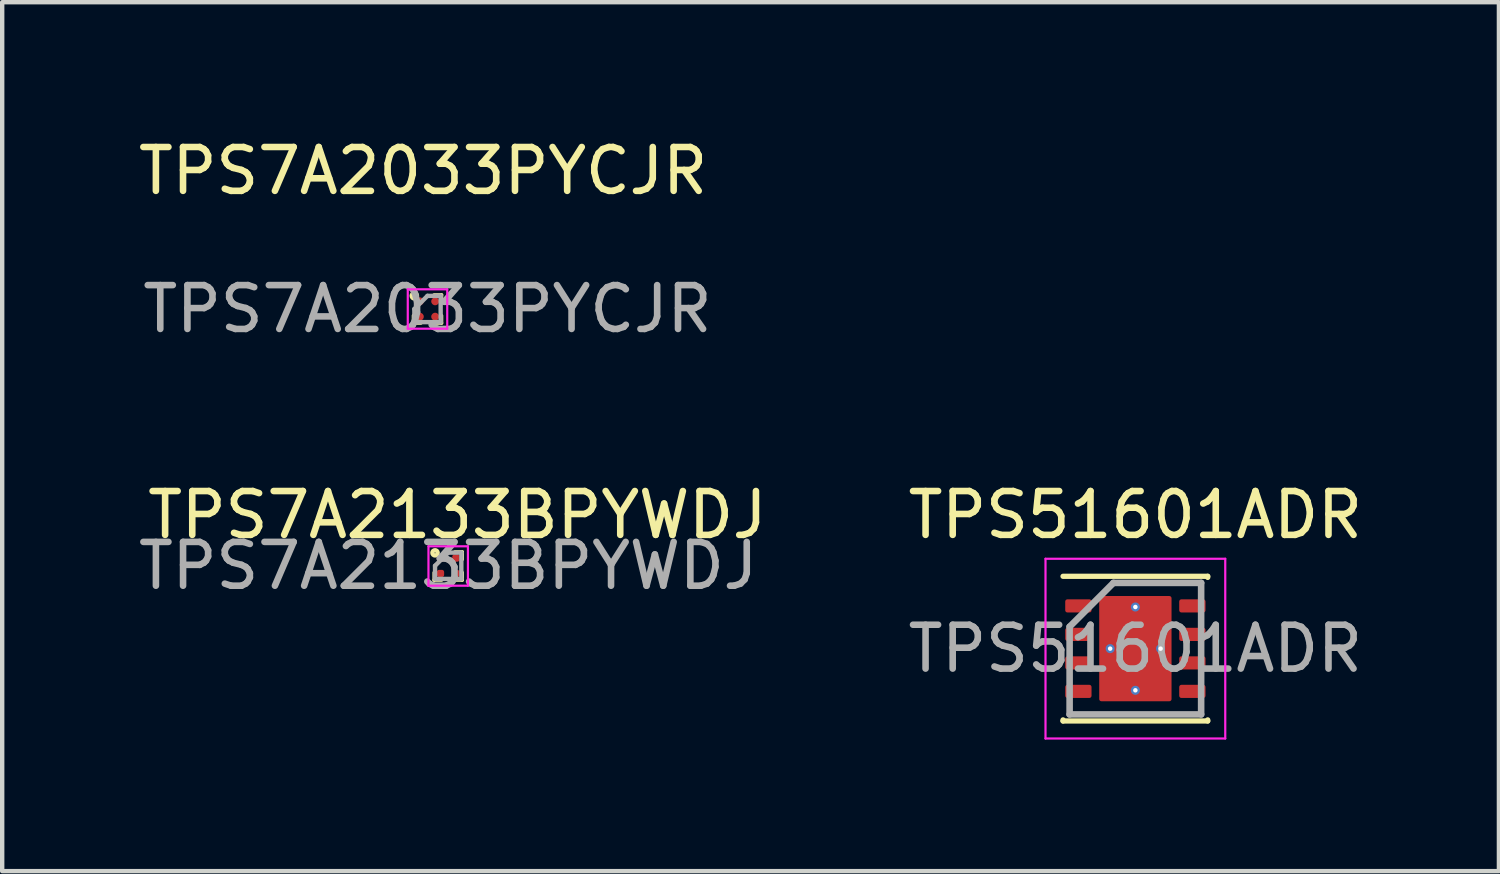
<source format=kicad_pcb>
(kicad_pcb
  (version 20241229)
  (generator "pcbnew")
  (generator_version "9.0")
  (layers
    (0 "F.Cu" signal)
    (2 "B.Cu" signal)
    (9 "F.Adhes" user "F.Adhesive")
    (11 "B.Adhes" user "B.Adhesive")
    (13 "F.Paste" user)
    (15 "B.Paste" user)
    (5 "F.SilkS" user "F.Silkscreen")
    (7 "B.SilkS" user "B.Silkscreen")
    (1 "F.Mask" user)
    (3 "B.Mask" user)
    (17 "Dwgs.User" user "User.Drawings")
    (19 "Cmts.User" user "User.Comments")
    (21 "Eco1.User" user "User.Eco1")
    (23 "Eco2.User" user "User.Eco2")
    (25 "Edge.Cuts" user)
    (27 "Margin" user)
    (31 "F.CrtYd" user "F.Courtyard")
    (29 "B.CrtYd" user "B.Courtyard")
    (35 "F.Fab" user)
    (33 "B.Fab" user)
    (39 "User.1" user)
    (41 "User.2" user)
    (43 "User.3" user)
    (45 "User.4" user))
  (footprint "TPS7A2133BPYWDJ"
    (layer "F.Cu")
    (at 7.173 9.855)
    (property "Reference" "TPS7A2133BPYWDJ" (at 0.21 -1.16 0) (layer "F.SilkS") (effects (font (size 1 1) (thickness 0.15))))
    (attr smd)
    (fp_line (start -0.32 0.325) (end -0.32 0.155) (stroke (width 0.08) (type default)) (layer "F.SilkS"))
    (fp_line (start -0.15 0.325) (end -0.32 0.325) (stroke (width 0.08) (type default)) (layer "F.SilkS"))
    (fp_line (start 0.15 -0.315) (end 0.32 -0.315) (stroke (width 0.08) (type default)) (layer "F.SilkS"))
    (fp_line (start 0.15 0.325) (end 0.32 0.325) (stroke (width 0.08) (type default)) (layer "F.SilkS"))
    (fp_line (start 0.32 -0.315) (end 0.32 -0.145) (stroke (width 0.08) (type default)) (layer "F.SilkS"))
    (fp_line (start 0.32 0.325) (end 0.32 0.155) (stroke (width 0.08) (type default)) (layer "F.SilkS"))
    (fp_circle (center -0.3 -0.295) (end -0.29 -0.295) (stroke (width 0.1) (type default)) (fill no) (layer "F.SilkS"))
    (fp_line (start -0.45 -0.445) (end 0.45 -0.445) (stroke (width 0.05) (type default)) (layer "F.CrtYd"))
    (fp_line (start -0.45 0.455) (end -0.45 -0.445) (stroke (width 0.05) (type default)) (layer "F.CrtYd"))
    (fp_line (start 0.45 -0.445) (end 0.45 0.455) (stroke (width 0.05) (type default)) (layer "F.CrtYd"))
    (fp_line (start 0.45 0.455) (end -0.45 0.455) (stroke (width 0.05) (type default)) (layer "F.CrtYd"))
    (fp_line (start -0.3 0) (end -0.3 0.3) (stroke (width 0.1) (type default)) (layer "F.Fab"))
    (fp_line (start -0.3 0.3) (end 0.3 0.3) (stroke (width 0.1) (type default)) (layer "F.Fab"))
    (fp_line (start 0 -0.3) (end -0.3 0) (stroke (width 0.1) (type default)) (layer "F.Fab"))
    (fp_line (start 0.3 -0.3) (end 0 -0.3) (stroke (width 0.1) (type default)) (layer "F.Fab"))
    (fp_line (start 0.3 0.3) (end 0.3 -0.3) (stroke (width 0.1) (type default)) (layer "F.Fab"))
    (fp_text user "${REFERENCE}" (at 0 0 0) (layer "F.Fab") (effects (font (size 1 1) (thickness 0.15))))
    (pad "A1" smd roundrect (at -0.175 -0.175) (size 0.165 0.165) (layers "F.Cu" "F.Mask" "F.Paste") (roundrect_rratio 0.303))
    (pad "A2" smd roundrect (at 0.175 -0.175) (size 0.165 0.165) (layers "F.Cu" "F.Mask" "F.Paste") (roundrect_rratio 0.303))
    (pad "B1" smd roundrect (at -0.175 0.175) (size 0.165 0.165) (layers "F.Cu" "F.Mask" "F.Paste") (roundrect_rratio 0.303))
    (pad "B2" smd roundrect (at 0.175 0.175) (size 0.165 0.165) (layers "F.Cu" "F.Mask" "F.Paste") (roundrect_rratio 0.303)))
  (footprint "TPS51601ADR"
    (layer "F.Cu")
    (at 22.847 11.745)
    (property "Reference" "TPS51601ADR" (at 0 -3.05 0) (layer "F.SilkS") (effects (font (size 1 1) (thickness 0.15))))
    (attr smd)
    (fp_line (start -1.65 -1.65) (end 1.65 -1.65) (stroke (width 0.12) (type default)) (layer "F.SilkS"))
    (fp_line (start -1.65 1.625) (end -1.65 1.65) (stroke (width 0.12) (type default)) (layer "F.SilkS"))
    (fp_line (start -1.65 1.65) (end 1.65 1.65) (stroke (width 0.12) (type default)) (layer "F.SilkS"))
    (fp_line (start 1.65 -1.65) (end 1.65 -1.625) (stroke (width 0.12) (type default)) (layer "F.SilkS"))
    (fp_line (start 1.65 1.65) (end 1.65 1.625) (stroke (width 0.12) (type default)) (layer "F.SilkS"))
    (fp_line (start -2.05 -2.05) (end 2.05 -2.05) (stroke (width 0.05) (type default)) (layer "F.CrtYd"))
    (fp_line (start -2.05 2.05) (end -2.05 -2.05) (stroke (width 0.05) (type default)) (layer "F.CrtYd"))
    (fp_line (start 2.05 -2.05) (end 2.05 2.05) (stroke (width 0.05) (type default)) (layer "F.CrtYd"))
    (fp_line (start 2.05 2.05) (end -2.05 2.05) (stroke (width 0.05) (type default)) (layer "F.CrtYd"))
    (fp_line (start -1.5 -0.5) (end -1.5 1.5) (stroke (width 0.15) (type default)) (layer "F.Fab"))
    (fp_line (start -1.5 1.5) (end 1.5 1.5) (stroke (width 0.15) (type default)) (layer "F.Fab"))
    (fp_line (start -0.5 -1.5) (end -1.5 -0.5) (stroke (width 0.15) (type default)) (layer "F.Fab"))
    (fp_line (start 1.5 -1.5) (end -0.5 -1.5) (stroke (width 0.15) (type default)) (layer "F.Fab"))
    (fp_line (start 1.5 1.5) (end 1.5 -1.5) (stroke (width 0.15) (type default)) (layer "F.Fab"))
    (fp_text user "${REFERENCE}" (at 0 0 0) (layer "F.Fab") (effects (font (size 1 1) (thickness 0.15))))
    (pad "" smd rect (at -0.619 -0.9) (size 0.000001 0.188) (layers "F.Paste"))
    (pad "" smd rect (at -0.619 -0.3) (size 0.000001 0.188) (layers "F.Paste"))
    (pad "" smd rect (at -0.619 0.3) (size 0.000001 0.188) (layers "F.Paste"))
    (pad "" smd rect (at -0.619 0.9) (size 0.000001 0.188) (layers "F.Paste"))
    (pad "" smd rect (at -0.206 -0.9) (size 0.000001 0.188) (layers "F.Paste"))
    (pad "" smd rect (at -0.206 -0.3) (size 0.000001 0.188) (layers "F.Paste"))
    (pad "" smd rect (at -0.206 0.3) (size 0.000001 0.188) (layers "F.Paste"))
    (pad "" smd rect (at -0.206 0.9) (size 0.000001 0.188) (layers "F.Paste"))
    (pad "" smd rect (at 0.206 -0.9) (size 0.000001 0.188) (layers "F.Paste"))
    (pad "" smd rect (at 0.206 -0.3) (size 0.000001 0.188) (layers "F.Paste"))
    (pad "" smd rect (at 0.206 0.3) (size 0.000001 0.188) (layers "F.Paste"))
    (pad "" smd rect (at 0.206 0.9) (size 0.000001 0.188) (layers "F.Paste"))
    (pad "" smd rect (at 0.619 -0.9) (size 0.000001 0.188) (layers "F.Paste"))
    (pad "" smd rect (at 0.619 -0.3) (size 0.000001 0.188) (layers "F.Paste"))
    (pad "" smd rect (at 0.619 0.3) (size 0.000001 0.188) (layers "F.Paste"))
    (pad "" smd rect (at 0.619 0.9) (size 0.000001 0.188) (layers "F.Paste"))
    (pad "1" smd roundrect (at -1.3 -0.975 90) (size 0.3 0.6) (layers "F.Cu" "F.Mask" "F.Paste") (roundrect_rratio 0.167))
    (pad "2" smd roundrect (at -1.3 -0.325 90) (size 0.3 0.6) (layers "F.Cu" "F.Mask" "F.Paste") (roundrect_rratio 0.167))
    (pad "3" smd roundrect (at -1.3 0.325 90) (size 0.3 0.6) (layers "F.Cu" "F.Mask" "F.Paste") (roundrect_rratio 0.167))
    (pad "4" smd roundrect (at -1.3 0.975 90) (size 0.3 0.6) (layers "F.Cu" "F.Mask" "F.Paste") (roundrect_rratio 0.167))
    (pad "5" smd roundrect (at 1.3 0.975 90) (size 0.3 0.6) (layers "F.Cu" "F.Mask" "F.Paste") (roundrect_rratio 0.167))
    (pad "6" smd roundrect (at 1.3 0.325 90) (size 0.3 0.6) (layers "F.Cu" "F.Mask" "F.Paste") (roundrect_rratio 0.167))
    (pad "7" smd roundrect (at 1.3 -0.325 90) (size 0.3 0.6) (layers "F.Cu" "F.Mask" "F.Paste") (roundrect_rratio 0.167))
    (pad "8" smd roundrect (at 1.3 -0.975 90) (size 0.3 0.6) (layers "F.Cu" "F.Mask" "F.Paste") (roundrect_rratio 0.167))
    (pad "9" thru_hole circle (at -0.575 0) (size 0.206 0.206) (drill 0.103) (property pad_prop_heatsink) (layers "*.Cu" "*.Mask"))
    (pad "9" thru_hole circle (at 0 -0.95) (size 0.206 0.206) (drill 0.103) (property pad_prop_heatsink) (layers "*.Cu" "*.Mask"))
    (pad "9" smd roundrect (at 0 0) (size 1.65 2.4) (layers "F.Cu" "F.Mask") (roundrect_rratio 0.03))
    (pad "9" thru_hole circle (at 0 0.95) (size 0.206 0.206) (drill 0.103) (property pad_prop_heatsink) (layers "*.Cu" "*.Mask"))
    (pad "9" thru_hole circle (at 0.575 0) (size 0.206 0.206) (drill 0.103) (property pad_prop_heatsink) (layers "*.Cu" "*.Mask")))
  (footprint "TPS7A2033PYCJR"
    (layer "F.Cu")
    (at 6.701 3.998)
    (property "Reference" "TPS7A2033PYCJR" (at -0.1 -3.15 0) (layer "F.SilkS") (effects (font (size 1 1) (thickness 0.15))))
    (attr smd)
    (fp_line (start -0.32 0.32) (end -0.32 0.15) (stroke (width 0.08) (type default)) (layer "F.SilkS"))
    (fp_line (start -0.15 0.32) (end -0.32 0.32) (stroke (width 0.08) (type default)) (layer "F.SilkS"))
    (fp_line (start 0.15 -0.32) (end 0.32 -0.32) (stroke (width 0.08) (type default)) (layer "F.SilkS"))
    (fp_line (start 0.15 0.32) (end 0.32 0.32) (stroke (width 0.08) (type default)) (layer "F.SilkS"))
    (fp_line (start 0.32 -0.32) (end 0.32 -0.15) (stroke (width 0.08) (type default)) (layer "F.SilkS"))
    (fp_line (start 0.32 0.32) (end 0.32 0.15) (stroke (width 0.08) (type default)) (layer "F.SilkS"))
    (fp_circle (center -0.3 -0.3) (end -0.29 -0.3) (stroke (width 0.1) (type default)) (fill no) (layer "F.SilkS"))
    (fp_line (start -0.45 -0.45) (end 0.45 -0.45) (stroke (width 0.05) (type default)) (layer "F.CrtYd"))
    (fp_line (start -0.45 0.45) (end -0.45 -0.45) (stroke (width 0.05) (type default)) (layer "F.CrtYd"))
    (fp_line (start 0.45 -0.45) (end 0.45 0.45) (stroke (width 0.05) (type default)) (layer "F.CrtYd"))
    (fp_line (start 0.45 0.45) (end -0.45 0.45) (stroke (width 0.05) (type default)) (layer "F.CrtYd"))
    (fp_line (start -0.3 0) (end -0.3 0.3) (stroke (width 0.1) (type default)) (layer "F.Fab"))
    (fp_line (start -0.3 0.3) (end 0.3 0.3) (stroke (width 0.1) (type default)) (layer "F.Fab"))
    (fp_line (start 0 -0.3) (end -0.3 0) (stroke (width 0.1) (type default)) (layer "F.Fab"))
    (fp_line (start 0.3 -0.3) (end 0 -0.3) (stroke (width 0.1) (type default)) (layer "F.Fab"))
    (fp_line (start 0.3 0.3) (end 0.3 -0.3) (stroke (width 0.1) (type default)) (layer "F.Fab"))
    (fp_text user "${REFERENCE}" (at 0 0 0) (layer "F.Fab") (effects (font (size 1 1) (thickness 0.15))))
    (pad "A1" smd circle (at -0.175 -0.175) (size 0.18 0.18) (layers "F.Cu" "F.Mask" "F.Paste"))
    (pad "A2" smd circle (at 0.175 -0.175) (size 0.18 0.18) (layers "F.Cu" "F.Mask" "F.Paste"))
    (pad "B1" smd circle (at -0.175 0.175) (size 0.18 0.18) (layers "F.Cu" "F.Mask" "F.Paste"))
    (pad "B2" smd circle (at 0.175 0.175) (size 0.18 0.18) (layers "F.Cu" "F.Mask" "F.Paste")))
  (gr_rect
    (start -3 -3)
    (end 31.139 16.82)
    (stroke (width 0.1) (type default))
    (fill no)
    (layer "Edge.Cuts")))
</source>
